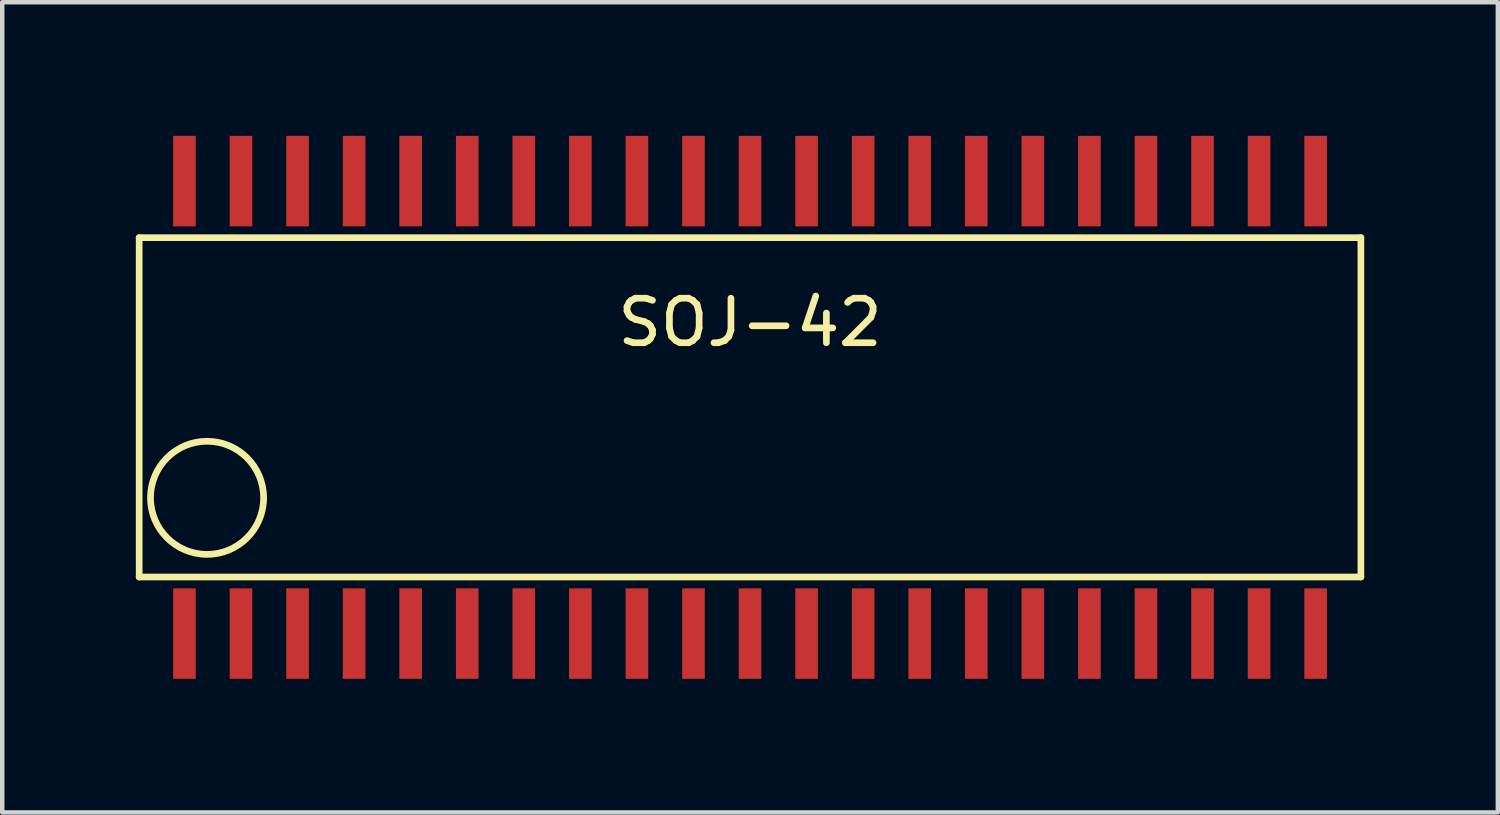
<source format=kicad_pcb>
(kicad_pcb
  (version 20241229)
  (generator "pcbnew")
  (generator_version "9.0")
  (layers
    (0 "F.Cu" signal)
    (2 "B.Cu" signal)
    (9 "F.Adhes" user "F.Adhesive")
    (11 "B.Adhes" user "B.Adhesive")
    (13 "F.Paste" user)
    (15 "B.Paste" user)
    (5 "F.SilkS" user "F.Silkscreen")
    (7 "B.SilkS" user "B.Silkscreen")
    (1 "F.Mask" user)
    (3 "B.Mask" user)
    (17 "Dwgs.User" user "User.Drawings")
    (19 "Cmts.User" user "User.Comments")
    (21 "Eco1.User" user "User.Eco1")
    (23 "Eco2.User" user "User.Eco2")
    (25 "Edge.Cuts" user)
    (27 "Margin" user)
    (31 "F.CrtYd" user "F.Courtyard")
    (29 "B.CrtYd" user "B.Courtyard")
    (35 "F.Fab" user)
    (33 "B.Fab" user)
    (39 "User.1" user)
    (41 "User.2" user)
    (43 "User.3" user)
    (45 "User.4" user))
  (footprint "SOJ-42"
    (layer "F.Cu")
    (at 13.791 6.096)
    (property "Reference" "SOJ-42" (at 0 -1.905 0) (layer "F.SilkS") (effects (font (size 1 1) (thickness 0.15))))
    (attr smd)
    (fp_line (start -13.716 -3.81) (end 13.716 -3.81) (stroke (width 0.15) (type solid)) (layer "F.SilkS"))
    (fp_line (start -13.716 3.81) (end -13.716 -3.81) (stroke (width 0.15) (type solid)) (layer "F.SilkS"))
    (fp_line (start 13.716 3.81) (end -13.716 3.81) (stroke (width 0.15) (type solid)) (layer "F.SilkS"))
    (fp_line (start 13.716 3.81) (end 13.716 -3.81) (stroke (width 0.15) (type solid)) (layer "F.SilkS"))
    (fp_circle (center -12.192 2.032) (end -12.192 0.762) (stroke (width 0.15) (type solid)) (fill no) (layer "F.SilkS"))
    (pad "1" smd rect (at -12.7 5.08) (size 0.508 2.032) (layers "F.Cu" "F.Mask" "F.Paste"))
    (pad "2" smd rect (at -11.43 5.08) (size 0.508 2.032) (layers "F.Cu" "F.Mask" "F.Paste"))
    (pad "3" smd rect (at -10.16 5.08) (size 0.508 2.032) (layers "F.Cu" "F.Mask" "F.Paste"))
    (pad "4" smd rect (at -8.89 5.08) (size 0.508 2.032) (layers "F.Cu" "F.Mask" "F.Paste"))
    (pad "5" smd rect (at -7.62 5.08) (size 0.508 2.032) (layers "F.Cu" "F.Mask" "F.Paste"))
    (pad "6" smd rect (at -6.35 5.08) (size 0.508 2.032) (layers "F.Cu" "F.Mask" "F.Paste"))
    (pad "7" smd rect (at -5.08 5.08) (size 0.508 2.032) (layers "F.Cu" "F.Mask" "F.Paste"))
    (pad "8" smd rect (at -3.81 5.08) (size 0.508 2.032) (layers "F.Cu" "F.Mask" "F.Paste"))
    (pad "9" smd rect (at -2.54 5.08) (size 0.508 2.032) (layers "F.Cu" "F.Mask" "F.Paste"))
    (pad "10" smd rect (at -1.27 5.08) (size 0.508 2.032) (layers "F.Cu" "F.Mask" "F.Paste"))
    (pad "11" smd rect (at 0 5.08) (size 0.508 2.032) (layers "F.Cu" "F.Mask" "F.Paste"))
    (pad "12" smd rect (at 1.27 5.08) (size 0.508 2.032) (layers "F.Cu" "F.Mask" "F.Paste"))
    (pad "13" smd rect (at 2.54 5.08) (size 0.508 2.032) (layers "F.Cu" "F.Mask" "F.Paste"))
    (pad "14" smd rect (at 3.81 5.08) (size 0.508 2.032) (layers "F.Cu" "F.Mask" "F.Paste"))
    (pad "15" smd rect (at 5.08 5.08) (size 0.508 2.032) (layers "F.Cu" "F.Mask" "F.Paste"))
    (pad "16" smd rect (at 6.35 5.08) (size 0.508 2.032) (layers "F.Cu" "F.Mask" "F.Paste"))
    (pad "17" smd rect (at 7.62 5.08) (size 0.508 2.032) (layers "F.Cu" "F.Mask" "F.Paste"))
    (pad "18" smd rect (at 8.89 5.08) (size 0.508 2.032) (layers "F.Cu" "F.Mask" "F.Paste"))
    (pad "19" smd rect (at 10.16 5.08) (size 0.508 2.032) (layers "F.Cu" "F.Mask" "F.Paste"))
    (pad "20" smd rect (at 11.43 5.08) (size 0.508 2.032) (layers "F.Cu" "F.Mask" "F.Paste"))
    (pad "21" smd rect (at 12.7 5.08) (size 0.508 2.032) (layers "F.Cu" "F.Mask" "F.Paste"))
    (pad "22" smd rect (at 12.7 -5.08) (size 0.508 2.032) (layers "F.Cu" "F.Mask" "F.Paste"))
    (pad "23" smd rect (at 11.43 -5.08) (size 0.508 2.032) (layers "F.Cu" "F.Mask" "F.Paste"))
    (pad "24" smd rect (at 10.16 -5.08) (size 0.508 2.032) (layers "F.Cu" "F.Mask" "F.Paste"))
    (pad "25" smd rect (at 8.89 -5.08) (size 0.508 2.032) (layers "F.Cu" "F.Mask" "F.Paste"))
    (pad "26" smd rect (at 7.62 -5.08) (size 0.508 2.032) (layers "F.Cu" "F.Mask" "F.Paste"))
    (pad "27" smd rect (at 6.35 -5.08) (size 0.508 2.032) (layers "F.Cu" "F.Mask" "F.Paste"))
    (pad "28" smd rect (at 5.08 -5.08) (size 0.508 2.032) (layers "F.Cu" "F.Mask" "F.Paste"))
    (pad "29" smd rect (at 3.81 -5.08) (size 0.508 2.032) (layers "F.Cu" "F.Mask" "F.Paste"))
    (pad "30" smd rect (at 2.54 -5.08) (size 0.508 2.032) (layers "F.Cu" "F.Mask" "F.Paste"))
    (pad "31" smd rect (at 1.27 -5.08) (size 0.508 2.032) (layers "F.Cu" "F.Mask" "F.Paste"))
    (pad "32" smd rect (at 0 -5.08) (size 0.508 2.032) (layers "F.Cu" "F.Mask" "F.Paste"))
    (pad "33" smd rect (at -1.27 -5.08) (size 0.508 2.032) (layers "F.Cu" "F.Mask" "F.Paste"))
    (pad "34" smd rect (at -2.54 -5.08) (size 0.508 2.032) (layers "F.Cu" "F.Mask" "F.Paste"))
    (pad "35" smd rect (at -3.81 -5.08) (size 0.508 2.032) (layers "F.Cu" "F.Mask" "F.Paste"))
    (pad "36" smd rect (at -5.08 -5.08) (size 0.508 2.032) (layers "F.Cu" "F.Mask" "F.Paste"))
    (pad "37" smd rect (at -6.35 -5.08) (size 0.508 2.032) (layers "F.Cu" "F.Mask" "F.Paste"))
    (pad "38" smd rect (at -7.62 -5.08) (size 0.508 2.032) (layers "F.Cu" "F.Mask" "F.Paste"))
    (pad "39" smd rect (at -8.89 -5.08) (size 0.508 2.032) (layers "F.Cu" "F.Mask" "F.Paste"))
    (pad "40" smd rect (at -10.16 -5.08) (size 0.508 2.032) (layers "F.Cu" "F.Mask" "F.Paste"))
    (pad "41" smd rect (at -11.43 -5.08) (size 0.508 2.032) (layers "F.Cu" "F.Mask" "F.Paste"))
    (pad "42" smd rect (at -12.7 -5.08) (size 0.508 2.032) (layers "F.Cu" "F.Mask" "F.Paste")))
  (gr_rect
    (start -3 -3)
    (end 30.582 15.192)
    (stroke (width 0.1) (type default))
    (fill no)
    (layer "Edge.Cuts")))
</source>
